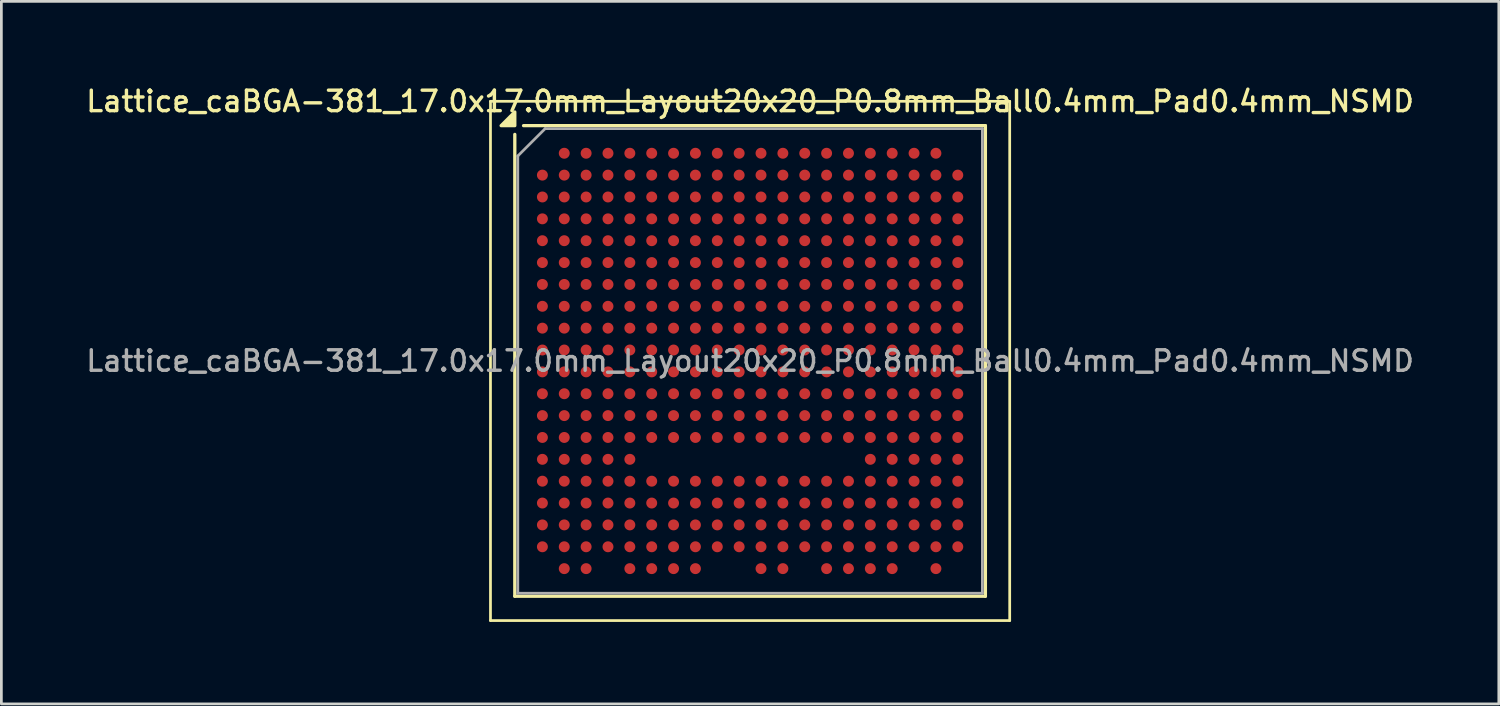
<source format=kicad_pcb>
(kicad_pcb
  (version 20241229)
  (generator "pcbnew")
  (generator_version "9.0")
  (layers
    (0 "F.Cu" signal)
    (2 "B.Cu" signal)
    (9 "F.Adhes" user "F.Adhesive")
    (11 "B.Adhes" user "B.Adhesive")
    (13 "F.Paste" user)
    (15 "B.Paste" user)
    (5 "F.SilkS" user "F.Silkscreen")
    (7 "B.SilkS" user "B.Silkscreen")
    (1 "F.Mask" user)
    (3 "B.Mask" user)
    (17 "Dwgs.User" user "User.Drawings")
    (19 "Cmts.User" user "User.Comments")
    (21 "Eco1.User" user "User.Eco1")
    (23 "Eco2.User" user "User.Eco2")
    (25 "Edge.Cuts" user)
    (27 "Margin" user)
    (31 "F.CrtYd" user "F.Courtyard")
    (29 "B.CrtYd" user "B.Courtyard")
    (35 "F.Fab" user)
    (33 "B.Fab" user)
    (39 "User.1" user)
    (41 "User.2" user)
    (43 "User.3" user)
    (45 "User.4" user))
  (footprint "Lattice_caBGA-381_17.0x17.0mm_Layout20x20_P0.8mm_Ball0.4mm_Pad0.4mm_NSMD"
    (layer "F.Cu")
    (at 24.398 10.158)
    (property "Reference" "Lattice_caBGA-381_17.0x17.0mm_Layout20x20_P0.8mm_Ball0.4mm_Pad0.4mm_NSMD" (at 0 -9.5 0) (layer "F.SilkS") (effects (font (size 0.75 0.75) (thickness 0.125))))
    (attr smd)
    (fp_line (start -9.5 -9.5) (end -9.5 9.5) (stroke (width 0.1) (type solid)) (layer "F.SilkS"))
    (fp_line (start -9.5 9.5) (end 9.5 9.5) (stroke (width 0.1) (type solid)) (layer "F.SilkS"))
    (fp_line (start -8.61 8.61) (end -8.61 -8.29) (stroke (width 0.12) (type solid)) (layer "F.SilkS"))
    (fp_line (start 8.61 -8.61) (end -8.29 -8.61) (stroke (width 0.12) (type solid)) (layer "F.SilkS"))
    (fp_line (start 8.61 -8.61) (end 8.61 8.61) (stroke (width 0.12) (type solid)) (layer "F.SilkS"))
    (fp_line (start 8.61 8.61) (end -8.61 8.61) (stroke (width 0.12) (type solid)) (layer "F.SilkS"))
    (fp_line (start 9.5 -9.5) (end -9.5 -9.5) (stroke (width 0.1) (type solid)) (layer "F.SilkS"))
    (fp_line (start 9.5 9.5) (end 9.5 -9.5) (stroke (width 0.1) (type solid)) (layer "F.SilkS"))
    (fp_poly (pts (xy -8.61 -8.61) (xy -9.11 -8.61) (xy -8.61 -9.11) (xy -8.61 -8.61)) (stroke (width 0.12) (type solid)) (fill yes) (layer "F.SilkS"))
    (fp_line (start -8.5 -7.5) (end -7.5 -8.5) (stroke (width 0.1) (type solid)) (layer "F.Fab"))
    (fp_line (start -8.5 8.5) (end -8.5 -7.5) (stroke (width 0.1) (type solid)) (layer "F.Fab"))
    (fp_line (start -7.5 -8.5) (end 8.5 -8.5) (stroke (width 0.1) (type solid)) (layer "F.Fab"))
    (fp_line (start 8.5 -8.5) (end 8.5 8.5) (stroke (width 0.1) (type solid)) (layer "F.Fab"))
    (fp_line (start 8.5 8.5) (end -8.5 8.5) (stroke (width 0.1) (type solid)) (layer "F.Fab"))
    (fp_text user "${REFERENCE}" (at 0 0 0) (layer "F.Fab") (effects (font (size 0.75 0.75) (thickness 0.125))))
    (pad "A2" smd circle (at -6.8 -7.6) (size 0.4 0.4) (property pad_prop_bga) (layers "F.Cu" "F.Mask" "F.Paste"))
    (pad "A3" smd circle (at -6 -7.6) (size 0.4 0.4) (property pad_prop_bga) (layers "F.Cu" "F.Mask" "F.Paste"))
    (pad "A4" smd circle (at -5.2 -7.6) (size 0.4 0.4) (property pad_prop_bga) (layers "F.Cu" "F.Mask" "F.Paste"))
    (pad "A5" smd circle (at -4.4 -7.6) (size 0.4 0.4) (property pad_prop_bga) (layers "F.Cu" "F.Mask" "F.Paste"))
    (pad "A6" smd circle (at -3.6 -7.6) (size 0.4 0.4) (property pad_prop_bga) (layers "F.Cu" "F.Mask" "F.Paste"))
    (pad "A7" smd circle (at -2.8 -7.6) (size 0.4 0.4) (property pad_prop_bga) (layers "F.Cu" "F.Mask" "F.Paste"))
    (pad "A8" smd circle (at -2 -7.6) (size 0.4 0.4) (property pad_prop_bga) (layers "F.Cu" "F.Mask" "F.Paste"))
    (pad "A9" smd circle (at -1.2 -7.6) (size 0.4 0.4) (property pad_prop_bga) (layers "F.Cu" "F.Mask" "F.Paste"))
    (pad "A10" smd circle (at -0.4 -7.6) (size 0.4 0.4) (property pad_prop_bga) (layers "F.Cu" "F.Mask" "F.Paste"))
    (pad "A11" smd circle (at 0.4 -7.6) (size 0.4 0.4) (property pad_prop_bga) (layers "F.Cu" "F.Mask" "F.Paste"))
    (pad "A12" smd circle (at 1.2 -7.6) (size 0.4 0.4) (property pad_prop_bga) (layers "F.Cu" "F.Mask" "F.Paste"))
    (pad "A13" smd circle (at 2 -7.6) (size 0.4 0.4) (property pad_prop_bga) (layers "F.Cu" "F.Mask" "F.Paste"))
    (pad "A14" smd circle (at 2.8 -7.6) (size 0.4 0.4) (property pad_prop_bga) (layers "F.Cu" "F.Mask" "F.Paste"))
    (pad "A15" smd circle (at 3.6 -7.6) (size 0.4 0.4) (property pad_prop_bga) (layers "F.Cu" "F.Mask" "F.Paste"))
    (pad "A16" smd circle (at 4.4 -7.6) (size 0.4 0.4) (property pad_prop_bga) (layers "F.Cu" "F.Mask" "F.Paste"))
    (pad "A17" smd circle (at 5.2 -7.6) (size 0.4 0.4) (property pad_prop_bga) (layers "F.Cu" "F.Mask" "F.Paste"))
    (pad "A18" smd circle (at 6 -7.6) (size 0.4 0.4) (property pad_prop_bga) (layers "F.Cu" "F.Mask" "F.Paste"))
    (pad "A19" smd circle (at 6.8 -7.6) (size 0.4 0.4) (property pad_prop_bga) (layers "F.Cu" "F.Mask" "F.Paste"))
    (pad "B1" smd circle (at -7.6 -6.8) (size 0.4 0.4) (property pad_prop_bga) (layers "F.Cu" "F.Mask" "F.Paste"))
    (pad "B2" smd circle (at -6.8 -6.8) (size 0.4 0.4) (property pad_prop_bga) (layers "F.Cu" "F.Mask" "F.Paste"))
    (pad "B3" smd circle (at -6 -6.8) (size 0.4 0.4) (property pad_prop_bga) (layers "F.Cu" "F.Mask" "F.Paste"))
    (pad "B4" smd circle (at -5.2 -6.8) (size 0.4 0.4) (property pad_prop_bga) (layers "F.Cu" "F.Mask" "F.Paste"))
    (pad "B5" smd circle (at -4.4 -6.8) (size 0.4 0.4) (property pad_prop_bga) (layers "F.Cu" "F.Mask" "F.Paste"))
    (pad "B6" smd circle (at -3.6 -6.8) (size 0.4 0.4) (property pad_prop_bga) (layers "F.Cu" "F.Mask" "F.Paste"))
    (pad "B7" smd circle (at -2.8 -6.8) (size 0.4 0.4) (property pad_prop_bga) (layers "F.Cu" "F.Mask" "F.Paste"))
    (pad "B8" smd circle (at -2 -6.8) (size 0.4 0.4) (property pad_prop_bga) (layers "F.Cu" "F.Mask" "F.Paste"))
    (pad "B9" smd circle (at -1.2 -6.8) (size 0.4 0.4) (property pad_prop_bga) (layers "F.Cu" "F.Mask" "F.Paste"))
    (pad "B10" smd circle (at -0.4 -6.8) (size 0.4 0.4) (property pad_prop_bga) (layers "F.Cu" "F.Mask" "F.Paste"))
    (pad "B11" smd circle (at 0.4 -6.8) (size 0.4 0.4) (property pad_prop_bga) (layers "F.Cu" "F.Mask" "F.Paste"))
    (pad "B12" smd circle (at 1.2 -6.8) (size 0.4 0.4) (property pad_prop_bga) (layers "F.Cu" "F.Mask" "F.Paste"))
    (pad "B13" smd circle (at 2 -6.8) (size 0.4 0.4) (property pad_prop_bga) (layers "F.Cu" "F.Mask" "F.Paste"))
    (pad "B14" smd circle (at 2.8 -6.8) (size 0.4 0.4) (property pad_prop_bga) (layers "F.Cu" "F.Mask" "F.Paste"))
    (pad "B15" smd circle (at 3.6 -6.8) (size 0.4 0.4) (property pad_prop_bga) (layers "F.Cu" "F.Mask" "F.Paste"))
    (pad "B16" smd circle (at 4.4 -6.8) (size 0.4 0.4) (property pad_prop_bga) (layers "F.Cu" "F.Mask" "F.Paste"))
    (pad "B17" smd circle (at 5.2 -6.8) (size 0.4 0.4) (property pad_prop_bga) (layers "F.Cu" "F.Mask" "F.Paste"))
    (pad "B18" smd circle (at 6 -6.8) (size 0.4 0.4) (property pad_prop_bga) (layers "F.Cu" "F.Mask" "F.Paste"))
    (pad "B19" smd circle (at 6.8 -6.8) (size 0.4 0.4) (property pad_prop_bga) (layers "F.Cu" "F.Mask" "F.Paste"))
    (pad "B20" smd circle (at 7.6 -6.8) (size 0.4 0.4) (property pad_prop_bga) (layers "F.Cu" "F.Mask" "F.Paste"))
    (pad "C1" smd circle (at -7.6 -6) (size 0.4 0.4) (property pad_prop_bga) (layers "F.Cu" "F.Mask" "F.Paste"))
    (pad "C2" smd circle (at -6.8 -6) (size 0.4 0.4) (property pad_prop_bga) (layers "F.Cu" "F.Mask" "F.Paste"))
    (pad "C3" smd circle (at -6 -6) (size 0.4 0.4) (property pad_prop_bga) (layers "F.Cu" "F.Mask" "F.Paste"))
    (pad "C4" smd circle (at -5.2 -6) (size 0.4 0.4) (property pad_prop_bga) (layers "F.Cu" "F.Mask" "F.Paste"))
    (pad "C5" smd circle (at -4.4 -6) (size 0.4 0.4) (property pad_prop_bga) (layers "F.Cu" "F.Mask" "F.Paste"))
    (pad "C6" smd circle (at -3.6 -6) (size 0.4 0.4) (property pad_prop_bga) (layers "F.Cu" "F.Mask" "F.Paste"))
    (pad "C7" smd circle (at -2.8 -6) (size 0.4 0.4) (property pad_prop_bga) (layers "F.Cu" "F.Mask" "F.Paste"))
    (pad "C8" smd circle (at -2 -6) (size 0.4 0.4) (property pad_prop_bga) (layers "F.Cu" "F.Mask" "F.Paste"))
    (pad "C9" smd circle (at -1.2 -6) (size 0.4 0.4) (property pad_prop_bga) (layers "F.Cu" "F.Mask" "F.Paste"))
    (pad "C10" smd circle (at -0.4 -6) (size 0.4 0.4) (property pad_prop_bga) (layers "F.Cu" "F.Mask" "F.Paste"))
    (pad "C11" smd circle (at 0.4 -6) (size 0.4 0.4) (property pad_prop_bga) (layers "F.Cu" "F.Mask" "F.Paste"))
    (pad "C12" smd circle (at 1.2 -6) (size 0.4 0.4) (property pad_prop_bga) (layers "F.Cu" "F.Mask" "F.Paste"))
    (pad "C13" smd circle (at 2 -6) (size 0.4 0.4) (property pad_prop_bga) (layers "F.Cu" "F.Mask" "F.Paste"))
    (pad "C14" smd circle (at 2.8 -6) (size 0.4 0.4) (property pad_prop_bga) (layers "F.Cu" "F.Mask" "F.Paste"))
    (pad "C15" smd circle (at 3.6 -6) (size 0.4 0.4) (property pad_prop_bga) (layers "F.Cu" "F.Mask" "F.Paste"))
    (pad "C16" smd circle (at 4.4 -6) (size 0.4 0.4) (property pad_prop_bga) (layers "F.Cu" "F.Mask" "F.Paste"))
    (pad "C17" smd circle (at 5.2 -6) (size 0.4 0.4) (property pad_prop_bga) (layers "F.Cu" "F.Mask" "F.Paste"))
    (pad "C18" smd circle (at 6 -6) (size 0.4 0.4) (property pad_prop_bga) (layers "F.Cu" "F.Mask" "F.Paste"))
    (pad "C19" smd circle (at 6.8 -6) (size 0.4 0.4) (property pad_prop_bga) (layers "F.Cu" "F.Mask" "F.Paste"))
    (pad "C20" smd circle (at 7.6 -6) (size 0.4 0.4) (property pad_prop_bga) (layers "F.Cu" "F.Mask" "F.Paste"))
    (pad "D1" smd circle (at -7.6 -5.2) (size 0.4 0.4) (property pad_prop_bga) (layers "F.Cu" "F.Mask" "F.Paste"))
    (pad "D2" smd circle (at -6.8 -5.2) (size 0.4 0.4) (property pad_prop_bga) (layers "F.Cu" "F.Mask" "F.Paste"))
    (pad "D3" smd circle (at -6 -5.2) (size 0.4 0.4) (property pad_prop_bga) (layers "F.Cu" "F.Mask" "F.Paste"))
    (pad "D4" smd circle (at -5.2 -5.2) (size 0.4 0.4) (property pad_prop_bga) (layers "F.Cu" "F.Mask" "F.Paste"))
    (pad "D5" smd circle (at -4.4 -5.2) (size 0.4 0.4) (property pad_prop_bga) (layers "F.Cu" "F.Mask" "F.Paste"))
    (pad "D6" smd circle (at -3.6 -5.2) (size 0.4 0.4) (property pad_prop_bga) (layers "F.Cu" "F.Mask" "F.Paste"))
    (pad "D7" smd circle (at -2.8 -5.2) (size 0.4 0.4) (property pad_prop_bga) (layers "F.Cu" "F.Mask" "F.Paste"))
    (pad "D8" smd circle (at -2 -5.2) (size 0.4 0.4) (property pad_prop_bga) (layers "F.Cu" "F.Mask" "F.Paste"))
    (pad "D9" smd circle (at -1.2 -5.2) (size 0.4 0.4) (property pad_prop_bga) (layers "F.Cu" "F.Mask" "F.Paste"))
    (pad "D10" smd circle (at -0.4 -5.2) (size 0.4 0.4) (property pad_prop_bga) (layers "F.Cu" "F.Mask" "F.Paste"))
    (pad "D11" smd circle (at 0.4 -5.2) (size 0.4 0.4) (property pad_prop_bga) (layers "F.Cu" "F.Mask" "F.Paste"))
    (pad "D12" smd circle (at 1.2 -5.2) (size 0.4 0.4) (property pad_prop_bga) (layers "F.Cu" "F.Mask" "F.Paste"))
    (pad "D13" smd circle (at 2 -5.2) (size 0.4 0.4) (property pad_prop_bga) (layers "F.Cu" "F.Mask" "F.Paste"))
    (pad "D14" smd circle (at 2.8 -5.2) (size 0.4 0.4) (property pad_prop_bga) (layers "F.Cu" "F.Mask" "F.Paste"))
    (pad "D15" smd circle (at 3.6 -5.2) (size 0.4 0.4) (property pad_prop_bga) (layers "F.Cu" "F.Mask" "F.Paste"))
    (pad "D16" smd circle (at 4.4 -5.2) (size 0.4 0.4) (property pad_prop_bga) (layers "F.Cu" "F.Mask" "F.Paste"))
    (pad "D17" smd circle (at 5.2 -5.2) (size 0.4 0.4) (property pad_prop_bga) (layers "F.Cu" "F.Mask" "F.Paste"))
    (pad "D18" smd circle (at 6 -5.2) (size 0.4 0.4) (property pad_prop_bga) (layers "F.Cu" "F.Mask" "F.Paste"))
    (pad "D19" smd circle (at 6.8 -5.2) (size 0.4 0.4) (property pad_prop_bga) (layers "F.Cu" "F.Mask" "F.Paste"))
    (pad "D20" smd circle (at 7.6 -5.2) (size 0.4 0.4) (property pad_prop_bga) (layers "F.Cu" "F.Mask" "F.Paste"))
    (pad "E1" smd circle (at -7.6 -4.4) (size 0.4 0.4) (property pad_prop_bga) (layers "F.Cu" "F.Mask" "F.Paste"))
    (pad "E2" smd circle (at -6.8 -4.4) (size 0.4 0.4) (property pad_prop_bga) (layers "F.Cu" "F.Mask" "F.Paste"))
    (pad "E3" smd circle (at -6 -4.4) (size 0.4 0.4) (property pad_prop_bga) (layers "F.Cu" "F.Mask" "F.Paste"))
    (pad "E4" smd circle (at -5.2 -4.4) (size 0.4 0.4) (property pad_prop_bga) (layers "F.Cu" "F.Mask" "F.Paste"))
    (pad "E5" smd circle (at -4.4 -4.4) (size 0.4 0.4) (property pad_prop_bga) (layers "F.Cu" "F.Mask" "F.Paste"))
    (pad "E6" smd circle (at -3.6 -4.4) (size 0.4 0.4) (property pad_prop_bga) (layers "F.Cu" "F.Mask" "F.Paste"))
    (pad "E7" smd circle (at -2.8 -4.4) (size 0.4 0.4) (property pad_prop_bga) (layers "F.Cu" "F.Mask" "F.Paste"))
    (pad "E8" smd circle (at -2 -4.4) (size 0.4 0.4) (property pad_prop_bga) (layers "F.Cu" "F.Mask" "F.Paste"))
    (pad "E9" smd circle (at -1.2 -4.4) (size 0.4 0.4) (property pad_prop_bga) (layers "F.Cu" "F.Mask" "F.Paste"))
    (pad "E10" smd circle (at -0.4 -4.4) (size 0.4 0.4) (property pad_prop_bga) (layers "F.Cu" "F.Mask" "F.Paste"))
    (pad "E11" smd circle (at 0.4 -4.4) (size 0.4 0.4) (property pad_prop_bga) (layers "F.Cu" "F.Mask" "F.Paste"))
    (pad "E12" smd circle (at 1.2 -4.4) (size 0.4 0.4) (property pad_prop_bga) (layers "F.Cu" "F.Mask" "F.Paste"))
    (pad "E13" smd circle (at 2 -4.4) (size 0.4 0.4) (property pad_prop_bga) (layers "F.Cu" "F.Mask" "F.Paste"))
    (pad "E14" smd circle (at 2.8 -4.4) (size 0.4 0.4) (property pad_prop_bga) (layers "F.Cu" "F.Mask" "F.Paste"))
    (pad "E15" smd circle (at 3.6 -4.4) (size 0.4 0.4) (property pad_prop_bga) (layers "F.Cu" "F.Mask" "F.Paste"))
    (pad "E16" smd circle (at 4.4 -4.4) (size 0.4 0.4) (property pad_prop_bga) (layers "F.Cu" "F.Mask" "F.Paste"))
    (pad "E17" smd circle (at 5.2 -4.4) (size 0.4 0.4) (property pad_prop_bga) (layers "F.Cu" "F.Mask" "F.Paste"))
    (pad "E18" smd circle (at 6 -4.4) (size 0.4 0.4) (property pad_prop_bga) (layers "F.Cu" "F.Mask" "F.Paste"))
    (pad "E19" smd circle (at 6.8 -4.4) (size 0.4 0.4) (property pad_prop_bga) (layers "F.Cu" "F.Mask" "F.Paste"))
    (pad "E20" smd circle (at 7.6 -4.4) (size 0.4 0.4) (property pad_prop_bga) (layers "F.Cu" "F.Mask" "F.Paste"))
    (pad "F1" smd circle (at -7.6 -3.6) (size 0.4 0.4) (property pad_prop_bga) (layers "F.Cu" "F.Mask" "F.Paste"))
    (pad "F2" smd circle (at -6.8 -3.6) (size 0.4 0.4) (property pad_prop_bga) (layers "F.Cu" "F.Mask" "F.Paste"))
    (pad "F3" smd circle (at -6 -3.6) (size 0.4 0.4) (property pad_prop_bga) (layers "F.Cu" "F.Mask" "F.Paste"))
    (pad "F4" smd circle (at -5.2 -3.6) (size 0.4 0.4) (property pad_prop_bga) (layers "F.Cu" "F.Mask" "F.Paste"))
    (pad "F5" smd circle (at -4.4 -3.6) (size 0.4 0.4) (property pad_prop_bga) (layers "F.Cu" "F.Mask" "F.Paste"))
    (pad "F6" smd circle (at -3.6 -3.6) (size 0.4 0.4) (property pad_prop_bga) (layers "F.Cu" "F.Mask" "F.Paste"))
    (pad "F7" smd circle (at -2.8 -3.6) (size 0.4 0.4) (property pad_prop_bga) (layers "F.Cu" "F.Mask" "F.Paste"))
    (pad "F8" smd circle (at -2 -3.6) (size 0.4 0.4) (property pad_prop_bga) (layers "F.Cu" "F.Mask" "F.Paste"))
    (pad "F9" smd circle (at -1.2 -3.6) (size 0.4 0.4) (property pad_prop_bga) (layers "F.Cu" "F.Mask" "F.Paste"))
    (pad "F10" smd circle (at -0.4 -3.6) (size 0.4 0.4) (property pad_prop_bga) (layers "F.Cu" "F.Mask" "F.Paste"))
    (pad "F11" smd circle (at 0.4 -3.6) (size 0.4 0.4) (property pad_prop_bga) (layers "F.Cu" "F.Mask" "F.Paste"))
    (pad "F12" smd circle (at 1.2 -3.6) (size 0.4 0.4) (property pad_prop_bga) (layers "F.Cu" "F.Mask" "F.Paste"))
    (pad "F13" smd circle (at 2 -3.6) (size 0.4 0.4) (property pad_prop_bga) (layers "F.Cu" "F.Mask" "F.Paste"))
    (pad "F14" smd circle (at 2.8 -3.6) (size 0.4 0.4) (property pad_prop_bga) (layers "F.Cu" "F.Mask" "F.Paste"))
    (pad "F15" smd circle (at 3.6 -3.6) (size 0.4 0.4) (property pad_prop_bga) (layers "F.Cu" "F.Mask" "F.Paste"))
    (pad "F16" smd circle (at 4.4 -3.6) (size 0.4 0.4) (property pad_prop_bga) (layers "F.Cu" "F.Mask" "F.Paste"))
    (pad "F17" smd circle (at 5.2 -3.6) (size 0.4 0.4) (property pad_prop_bga) (layers "F.Cu" "F.Mask" "F.Paste"))
    (pad "F18" smd circle (at 6 -3.6) (size 0.4 0.4) (property pad_prop_bga) (layers "F.Cu" "F.Mask" "F.Paste"))
    (pad "F19" smd circle (at 6.8 -3.6) (size 0.4 0.4) (property pad_prop_bga) (layers "F.Cu" "F.Mask" "F.Paste"))
    (pad "F20" smd circle (at 7.6 -3.6) (size 0.4 0.4) (property pad_prop_bga) (layers "F.Cu" "F.Mask" "F.Paste"))
    (pad "G1" smd circle (at -7.6 -2.8) (size 0.4 0.4) (property pad_prop_bga) (layers "F.Cu" "F.Mask" "F.Paste"))
    (pad "G2" smd circle (at -6.8 -2.8) (size 0.4 0.4) (property pad_prop_bga) (layers "F.Cu" "F.Mask" "F.Paste"))
    (pad "G3" smd circle (at -6 -2.8) (size 0.4 0.4) (property pad_prop_bga) (layers "F.Cu" "F.Mask" "F.Paste"))
    (pad "G4" smd circle (at -5.2 -2.8) (size 0.4 0.4) (property pad_prop_bga) (layers "F.Cu" "F.Mask" "F.Paste"))
    (pad "G5" smd circle (at -4.4 -2.8) (size 0.4 0.4) (property pad_prop_bga) (layers "F.Cu" "F.Mask" "F.Paste"))
    (pad "G6" smd circle (at -3.6 -2.8) (size 0.4 0.4) (property pad_prop_bga) (layers "F.Cu" "F.Mask" "F.Paste"))
    (pad "G7" smd circle (at -2.8 -2.8) (size 0.4 0.4) (property pad_prop_bga) (layers "F.Cu" "F.Mask" "F.Paste"))
    (pad "G8" smd circle (at -2 -2.8) (size 0.4 0.4) (property pad_prop_bga) (layers "F.Cu" "F.Mask" "F.Paste"))
    (pad "G9" smd circle (at -1.2 -2.8) (size 0.4 0.4) (property pad_prop_bga) (layers "F.Cu" "F.Mask" "F.Paste"))
    (pad "G10" smd circle (at -0.4 -2.8) (size 0.4 0.4) (property pad_prop_bga) (layers "F.Cu" "F.Mask" "F.Paste"))
    (pad "G11" smd circle (at 0.4 -2.8) (size 0.4 0.4) (property pad_prop_bga) (layers "F.Cu" "F.Mask" "F.Paste"))
    (pad "G12" smd circle (at 1.2 -2.8) (size 0.4 0.4) (property pad_prop_bga) (layers "F.Cu" "F.Mask" "F.Paste"))
    (pad "G13" smd circle (at 2 -2.8) (size 0.4 0.4) (property pad_prop_bga) (layers "F.Cu" "F.Mask" "F.Paste"))
    (pad "G14" smd circle (at 2.8 -2.8) (size 0.4 0.4) (property pad_prop_bga) (layers "F.Cu" "F.Mask" "F.Paste"))
    (pad "G15" smd circle (at 3.6 -2.8) (size 0.4 0.4) (property pad_prop_bga) (layers "F.Cu" "F.Mask" "F.Paste"))
    (pad "G16" smd circle (at 4.4 -2.8) (size 0.4 0.4) (property pad_prop_bga) (layers "F.Cu" "F.Mask" "F.Paste"))
    (pad "G17" smd circle (at 5.2 -2.8) (size 0.4 0.4) (property pad_prop_bga) (layers "F.Cu" "F.Mask" "F.Paste"))
    (pad "G18" smd circle (at 6 -2.8) (size 0.4 0.4) (property pad_prop_bga) (layers "F.Cu" "F.Mask" "F.Paste"))
    (pad "G19" smd circle (at 6.8 -2.8) (size 0.4 0.4) (property pad_prop_bga) (layers "F.Cu" "F.Mask" "F.Paste"))
    (pad "G20" smd circle (at 7.6 -2.8) (size 0.4 0.4) (property pad_prop_bga) (layers "F.Cu" "F.Mask" "F.Paste"))
    (pad "H1" smd circle (at -7.6 -2) (size 0.4 0.4) (property pad_prop_bga) (layers "F.Cu" "F.Mask" "F.Paste"))
    (pad "H2" smd circle (at -6.8 -2) (size 0.4 0.4) (property pad_prop_bga) (layers "F.Cu" "F.Mask" "F.Paste"))
    (pad "H3" smd circle (at -6 -2) (size 0.4 0.4) (property pad_prop_bga) (layers "F.Cu" "F.Mask" "F.Paste"))
    (pad "H4" smd circle (at -5.2 -2) (size 0.4 0.4) (property pad_prop_bga) (layers "F.Cu" "F.Mask" "F.Paste"))
    (pad "H5" smd circle (at -4.4 -2) (size 0.4 0.4) (property pad_prop_bga) (layers "F.Cu" "F.Mask" "F.Paste"))
    (pad "H6" smd circle (at -3.6 -2) (size 0.4 0.4) (property pad_prop_bga) (layers "F.Cu" "F.Mask" "F.Paste"))
    (pad "H7" smd circle (at -2.8 -2) (size 0.4 0.4) (property pad_prop_bga) (layers "F.Cu" "F.Mask" "F.Paste"))
    (pad "H8" smd circle (at -2 -2) (size 0.4 0.4) (property pad_prop_bga) (layers "F.Cu" "F.Mask" "F.Paste"))
    (pad "H9" smd circle (at -1.2 -2) (size 0.4 0.4) (property pad_prop_bga) (layers "F.Cu" "F.Mask" "F.Paste"))
    (pad "H10" smd circle (at -0.4 -2) (size 0.4 0.4) (property pad_prop_bga) (layers "F.Cu" "F.Mask" "F.Paste"))
    (pad "H11" smd circle (at 0.4 -2) (size 0.4 0.4) (property pad_prop_bga) (layers "F.Cu" "F.Mask" "F.Paste"))
    (pad "H12" smd circle (at 1.2 -2) (size 0.4 0.4) (property pad_prop_bga) (layers "F.Cu" "F.Mask" "F.Paste"))
    (pad "H13" smd circle (at 2 -2) (size 0.4 0.4) (property pad_prop_bga) (layers "F.Cu" "F.Mask" "F.Paste"))
    (pad "H14" smd circle (at 2.8 -2) (size 0.4 0.4) (property pad_prop_bga) (layers "F.Cu" "F.Mask" "F.Paste"))
    (pad "H15" smd circle (at 3.6 -2) (size 0.4 0.4) (property pad_prop_bga) (layers "F.Cu" "F.Mask" "F.Paste"))
    (pad "H16" smd circle (at 4.4 -2) (size 0.4 0.4) (property pad_prop_bga) (layers "F.Cu" "F.Mask" "F.Paste"))
    (pad "H17" smd circle (at 5.2 -2) (size 0.4 0.4) (property pad_prop_bga) (layers "F.Cu" "F.Mask" "F.Paste"))
    (pad "H18" smd circle (at 6 -2) (size 0.4 0.4) (property pad_prop_bga) (layers "F.Cu" "F.Mask" "F.Paste"))
    (pad "H19" smd circle (at 6.8 -2) (size 0.4 0.4) (property pad_prop_bga) (layers "F.Cu" "F.Mask" "F.Paste"))
    (pad "H20" smd circle (at 7.6 -2) (size 0.4 0.4) (property pad_prop_bga) (layers "F.Cu" "F.Mask" "F.Paste"))
    (pad "J1" smd circle (at -7.6 -1.2) (size 0.4 0.4) (property pad_prop_bga) (layers "F.Cu" "F.Mask" "F.Paste"))
    (pad "J2" smd circle (at -6.8 -1.2) (size 0.4 0.4) (property pad_prop_bga) (layers "F.Cu" "F.Mask" "F.Paste"))
    (pad "J3" smd circle (at -6 -1.2) (size 0.4 0.4) (property pad_prop_bga) (layers "F.Cu" "F.Mask" "F.Paste"))
    (pad "J4" smd circle (at -5.2 -1.2) (size 0.4 0.4) (property pad_prop_bga) (layers "F.Cu" "F.Mask" "F.Paste"))
    (pad "J5" smd circle (at -4.4 -1.2) (size 0.4 0.4) (property pad_prop_bga) (layers "F.Cu" "F.Mask" "F.Paste"))
    (pad "J6" smd circle (at -3.6 -1.2) (size 0.4 0.4) (property pad_prop_bga) (layers "F.Cu" "F.Mask" "F.Paste"))
    (pad "J7" smd circle (at -2.8 -1.2) (size 0.4 0.4) (property pad_prop_bga) (layers "F.Cu" "F.Mask" "F.Paste"))
    (pad "J8" smd circle (at -2 -1.2) (size 0.4 0.4) (property pad_prop_bga) (layers "F.Cu" "F.Mask" "F.Paste"))
    (pad "J9" smd circle (at -1.2 -1.2) (size 0.4 0.4) (property pad_prop_bga) (layers "F.Cu" "F.Mask" "F.Paste"))
    (pad "J10" smd circle (at -0.4 -1.2) (size 0.4 0.4) (property pad_prop_bga) (layers "F.Cu" "F.Mask" "F.Paste"))
    (pad "J11" smd circle (at 0.4 -1.2) (size 0.4 0.4) (property pad_prop_bga) (layers "F.Cu" "F.Mask" "F.Paste"))
    (pad "J12" smd circle (at 1.2 -1.2) (size 0.4 0.4) (property pad_prop_bga) (layers "F.Cu" "F.Mask" "F.Paste"))
    (pad "J13" smd circle (at 2 -1.2) (size 0.4 0.4) (property pad_prop_bga) (layers "F.Cu" "F.Mask" "F.Paste"))
    (pad "J14" smd circle (at 2.8 -1.2) (size 0.4 0.4) (property pad_prop_bga) (layers "F.Cu" "F.Mask" "F.Paste"))
    (pad "J15" smd circle (at 3.6 -1.2) (size 0.4 0.4) (property pad_prop_bga) (layers "F.Cu" "F.Mask" "F.Paste"))
    (pad "J16" smd circle (at 4.4 -1.2) (size 0.4 0.4) (property pad_prop_bga) (layers "F.Cu" "F.Mask" "F.Paste"))
    (pad "J17" smd circle (at 5.2 -1.2) (size 0.4 0.4) (property pad_prop_bga) (layers "F.Cu" "F.Mask" "F.Paste"))
    (pad "J18" smd circle (at 6 -1.2) (size 0.4 0.4) (property pad_prop_bga) (layers "F.Cu" "F.Mask" "F.Paste"))
    (pad "J19" smd circle (at 6.8 -1.2) (size 0.4 0.4) (property pad_prop_bga) (layers "F.Cu" "F.Mask" "F.Paste"))
    (pad "J20" smd circle (at 7.6 -1.2) (size 0.4 0.4) (property pad_prop_bga) (layers "F.Cu" "F.Mask" "F.Paste"))
    (pad "K1" smd circle (at -7.6 -0.4) (size 0.4 0.4) (property pad_prop_bga) (layers "F.Cu" "F.Mask" "F.Paste"))
    (pad "K2" smd circle (at -6.8 -0.4) (size 0.4 0.4) (property pad_prop_bga) (layers "F.Cu" "F.Mask" "F.Paste"))
    (pad "K3" smd circle (at -6 -0.4) (size 0.4 0.4) (property pad_prop_bga) (layers "F.Cu" "F.Mask" "F.Paste"))
    (pad "K4" smd circle (at -5.2 -0.4) (size 0.4 0.4) (property pad_prop_bga) (layers "F.Cu" "F.Mask" "F.Paste"))
    (pad "K5" smd circle (at -4.4 -0.4) (size 0.4 0.4) (property pad_prop_bga) (layers "F.Cu" "F.Mask" "F.Paste"))
    (pad "K6" smd circle (at -3.6 -0.4) (size 0.4 0.4) (property pad_prop_bga) (layers "F.Cu" "F.Mask" "F.Paste"))
    (pad "K7" smd circle (at -2.8 -0.4) (size 0.4 0.4) (property pad_prop_bga) (layers "F.Cu" "F.Mask" "F.Paste"))
    (pad "K8" smd circle (at -2 -0.4) (size 0.4 0.4) (property pad_prop_bga) (layers "F.Cu" "F.Mask" "F.Paste"))
    (pad "K9" smd circle (at -1.2 -0.4) (size 0.4 0.4) (property pad_prop_bga) (layers "F.Cu" "F.Mask" "F.Paste"))
    (pad "K10" smd circle (at -0.4 -0.4) (size 0.4 0.4) (property pad_prop_bga) (layers "F.Cu" "F.Mask" "F.Paste"))
    (pad "K11" smd circle (at 0.4 -0.4) (size 0.4 0.4) (property pad_prop_bga) (layers "F.Cu" "F.Mask" "F.Paste"))
    (pad "K12" smd circle (at 1.2 -0.4) (size 0.4 0.4) (property pad_prop_bga) (layers "F.Cu" "F.Mask" "F.Paste"))
    (pad "K13" smd circle (at 2 -0.4) (size 0.4 0.4) (property pad_prop_bga) (layers "F.Cu" "F.Mask" "F.Paste"))
    (pad "K14" smd circle (at 2.8 -0.4) (size 0.4 0.4) (property pad_prop_bga) (layers "F.Cu" "F.Mask" "F.Paste"))
    (pad "K15" smd circle (at 3.6 -0.4) (size 0.4 0.4) (property pad_prop_bga) (layers "F.Cu" "F.Mask" "F.Paste"))
    (pad "K16" smd circle (at 4.4 -0.4) (size 0.4 0.4) (property pad_prop_bga) (layers "F.Cu" "F.Mask" "F.Paste"))
    (pad "K17" smd circle (at 5.2 -0.4) (size 0.4 0.4) (property pad_prop_bga) (layers "F.Cu" "F.Mask" "F.Paste"))
    (pad "K18" smd circle (at 6 -0.4) (size 0.4 0.4) (property pad_prop_bga) (layers "F.Cu" "F.Mask" "F.Paste"))
    (pad "K19" smd circle (at 6.8 -0.4) (size 0.4 0.4) (property pad_prop_bga) (layers "F.Cu" "F.Mask" "F.Paste"))
    (pad "K20" smd circle (at 7.6 -0.4) (size 0.4 0.4) (property pad_prop_bga) (layers "F.Cu" "F.Mask" "F.Paste"))
    (pad "L1" smd circle (at -7.6 0.4) (size 0.4 0.4) (property pad_prop_bga) (layers "F.Cu" "F.Mask" "F.Paste"))
    (pad "L2" smd circle (at -6.8 0.4) (size 0.4 0.4) (property pad_prop_bga) (layers "F.Cu" "F.Mask" "F.Paste"))
    (pad "L3" smd circle (at -6 0.4) (size 0.4 0.4) (property pad_prop_bga) (layers "F.Cu" "F.Mask" "F.Paste"))
    (pad "L4" smd circle (at -5.2 0.4) (size 0.4 0.4) (property pad_prop_bga) (layers "F.Cu" "F.Mask" "F.Paste"))
    (pad "L5" smd circle (at -4.4 0.4) (size 0.4 0.4) (property pad_prop_bga) (layers "F.Cu" "F.Mask" "F.Paste"))
    (pad "L6" smd circle (at -3.6 0.4) (size 0.4 0.4) (property pad_prop_bga) (layers "F.Cu" "F.Mask" "F.Paste"))
    (pad "L7" smd circle (at -2.8 0.4) (size 0.4 0.4) (property pad_prop_bga) (layers "F.Cu" "F.Mask" "F.Paste"))
    (pad "L8" smd circle (at -2 0.4) (size 0.4 0.4) (property pad_prop_bga) (layers "F.Cu" "F.Mask" "F.Paste"))
    (pad "L9" smd circle (at -1.2 0.4) (size 0.4 0.4) (property pad_prop_bga) (layers "F.Cu" "F.Mask" "F.Paste"))
    (pad "L10" smd circle (at -0.4 0.4) (size 0.4 0.4) (property pad_prop_bga) (layers "F.Cu" "F.Mask" "F.Paste"))
    (pad "L11" smd circle (at 0.4 0.4) (size 0.4 0.4) (property pad_prop_bga) (layers "F.Cu" "F.Mask" "F.Paste"))
    (pad "L12" smd circle (at 1.2 0.4) (size 0.4 0.4) (property pad_prop_bga) (layers "F.Cu" "F.Mask" "F.Paste"))
    (pad "L13" smd circle (at 2 0.4) (size 0.4 0.4) (property pad_prop_bga) (layers "F.Cu" "F.Mask" "F.Paste"))
    (pad "L14" smd circle (at 2.8 0.4) (size 0.4 0.4) (property pad_prop_bga) (layers "F.Cu" "F.Mask" "F.Paste"))
    (pad "L15" smd circle (at 3.6 0.4) (size 0.4 0.4) (property pad_prop_bga) (layers "F.Cu" "F.Mask" "F.Paste"))
    (pad "L16" smd circle (at 4.4 0.4) (size 0.4 0.4) (property pad_prop_bga) (layers "F.Cu" "F.Mask" "F.Paste"))
    (pad "L17" smd circle (at 5.2 0.4) (size 0.4 0.4) (property pad_prop_bga) (layers "F.Cu" "F.Mask" "F.Paste"))
    (pad "L18" smd circle (at 6 0.4) (size 0.4 0.4) (property pad_prop_bga) (layers "F.Cu" "F.Mask" "F.Paste"))
    (pad "L19" smd circle (at 6.8 0.4) (size 0.4 0.4) (property pad_prop_bga) (layers "F.Cu" "F.Mask" "F.Paste"))
    (pad "L20" smd circle (at 7.6 0.4) (size 0.4 0.4) (property pad_prop_bga) (layers "F.Cu" "F.Mask" "F.Paste"))
    (pad "M1" smd circle (at -7.6 1.2) (size 0.4 0.4) (property pad_prop_bga) (layers "F.Cu" "F.Mask" "F.Paste"))
    (pad "M2" smd circle (at -6.8 1.2) (size 0.4 0.4) (property pad_prop_bga) (layers "F.Cu" "F.Mask" "F.Paste"))
    (pad "M3" smd circle (at -6 1.2) (size 0.4 0.4) (property pad_prop_bga) (layers "F.Cu" "F.Mask" "F.Paste"))
    (pad "M4" smd circle (at -5.2 1.2) (size 0.4 0.4) (property pad_prop_bga) (layers "F.Cu" "F.Mask" "F.Paste"))
    (pad "M5" smd circle (at -4.4 1.2) (size 0.4 0.4) (property pad_prop_bga) (layers "F.Cu" "F.Mask" "F.Paste"))
    (pad "M6" smd circle (at -3.6 1.2) (size 0.4 0.4) (property pad_prop_bga) (layers "F.Cu" "F.Mask" "F.Paste"))
    (pad "M7" smd circle (at -2.8 1.2) (size 0.4 0.4) (property pad_prop_bga) (layers "F.Cu" "F.Mask" "F.Paste"))
    (pad "M8" smd circle (at -2 1.2) (size 0.4 0.4) (property pad_prop_bga) (layers "F.Cu" "F.Mask" "F.Paste"))
    (pad "M9" smd circle (at -1.2 1.2) (size 0.4 0.4) (property pad_prop_bga) (layers "F.Cu" "F.Mask" "F.Paste"))
    (pad "M10" smd circle (at -0.4 1.2) (size 0.4 0.4) (property pad_prop_bga) (layers "F.Cu" "F.Mask" "F.Paste"))
    (pad "M11" smd circle (at 0.4 1.2) (size 0.4 0.4) (property pad_prop_bga) (layers "F.Cu" "F.Mask" "F.Paste"))
    (pad "M12" smd circle (at 1.2 1.2) (size 0.4 0.4) (property pad_prop_bga) (layers "F.Cu" "F.Mask" "F.Paste"))
    (pad "M13" smd circle (at 2 1.2) (size 0.4 0.4) (property pad_prop_bga) (layers "F.Cu" "F.Mask" "F.Paste"))
    (pad "M14" smd circle (at 2.8 1.2) (size 0.4 0.4) (property pad_prop_bga) (layers "F.Cu" "F.Mask" "F.Paste"))
    (pad "M15" smd circle (at 3.6 1.2) (size 0.4 0.4) (property pad_prop_bga) (layers "F.Cu" "F.Mask" "F.Paste"))
    (pad "M16" smd circle (at 4.4 1.2) (size 0.4 0.4) (property pad_prop_bga) (layers "F.Cu" "F.Mask" "F.Paste"))
    (pad "M17" smd circle (at 5.2 1.2) (size 0.4 0.4) (property pad_prop_bga) (layers "F.Cu" "F.Mask" "F.Paste"))
    (pad "M18" smd circle (at 6 1.2) (size 0.4 0.4) (property pad_prop_bga) (layers "F.Cu" "F.Mask" "F.Paste"))
    (pad "M19" smd circle (at 6.8 1.2) (size 0.4 0.4) (property pad_prop_bga) (layers "F.Cu" "F.Mask" "F.Paste"))
    (pad "M20" smd circle (at 7.6 1.2) (size 0.4 0.4) (property pad_prop_bga) (layers "F.Cu" "F.Mask" "F.Paste"))
    (pad "N1" smd circle (at -7.6 2) (size 0.4 0.4) (property pad_prop_bga) (layers "F.Cu" "F.Mask" "F.Paste"))
    (pad "N2" smd circle (at -6.8 2) (size 0.4 0.4) (property pad_prop_bga) (layers "F.Cu" "F.Mask" "F.Paste"))
    (pad "N3" smd circle (at -6 2) (size 0.4 0.4) (property pad_prop_bga) (layers "F.Cu" "F.Mask" "F.Paste"))
    (pad "N4" smd circle (at -5.2 2) (size 0.4 0.4) (property pad_prop_bga) (layers "F.Cu" "F.Mask" "F.Paste"))
    (pad "N5" smd circle (at -4.4 2) (size 0.4 0.4) (property pad_prop_bga) (layers "F.Cu" "F.Mask" "F.Paste"))
    (pad "N6" smd circle (at -3.6 2) (size 0.4 0.4) (property pad_prop_bga) (layers "F.Cu" "F.Mask" "F.Paste"))
    (pad "N7" smd circle (at -2.8 2) (size 0.4 0.4) (property pad_prop_bga) (layers "F.Cu" "F.Mask" "F.Paste"))
    (pad "N8" smd circle (at -2 2) (size 0.4 0.4) (property pad_prop_bga) (layers "F.Cu" "F.Mask" "F.Paste"))
    (pad "N9" smd circle (at -1.2 2) (size 0.4 0.4) (property pad_prop_bga) (layers "F.Cu" "F.Mask" "F.Paste"))
    (pad "N10" smd circle (at -0.4 2) (size 0.4 0.4) (property pad_prop_bga) (layers "F.Cu" "F.Mask" "F.Paste"))
    (pad "N11" smd circle (at 0.4 2) (size 0.4 0.4) (property pad_prop_bga) (layers "F.Cu" "F.Mask" "F.Paste"))
    (pad "N12" smd circle (at 1.2 2) (size 0.4 0.4) (property pad_prop_bga) (layers "F.Cu" "F.Mask" "F.Paste"))
    (pad "N13" smd circle (at 2 2) (size 0.4 0.4) (property pad_prop_bga) (layers "F.Cu" "F.Mask" "F.Paste"))
    (pad "N14" smd circle (at 2.8 2) (size 0.4 0.4) (property pad_prop_bga) (layers "F.Cu" "F.Mask" "F.Paste"))
    (pad "N15" smd circle (at 3.6 2) (size 0.4 0.4) (property pad_prop_bga) (layers "F.Cu" "F.Mask" "F.Paste"))
    (pad "N16" smd circle (at 4.4 2) (size 0.4 0.4) (property pad_prop_bga) (layers "F.Cu" "F.Mask" "F.Paste"))
    (pad "N17" smd circle (at 5.2 2) (size 0.4 0.4) (property pad_prop_bga) (layers "F.Cu" "F.Mask" "F.Paste"))
    (pad "N18" smd circle (at 6 2) (size 0.4 0.4) (property pad_prop_bga) (layers "F.Cu" "F.Mask" "F.Paste"))
    (pad "N19" smd circle (at 6.8 2) (size 0.4 0.4) (property pad_prop_bga) (layers "F.Cu" "F.Mask" "F.Paste"))
    (pad "N20" smd circle (at 7.6 2) (size 0.4 0.4) (property pad_prop_bga) (layers "F.Cu" "F.Mask" "F.Paste"))
    (pad "P1" smd circle (at -7.6 2.8) (size 0.4 0.4) (property pad_prop_bga) (layers "F.Cu" "F.Mask" "F.Paste"))
    (pad "P2" smd circle (at -6.8 2.8) (size 0.4 0.4) (property pad_prop_bga) (layers "F.Cu" "F.Mask" "F.Paste"))
    (pad "P3" smd circle (at -6 2.8) (size 0.4 0.4) (property pad_prop_bga) (layers "F.Cu" "F.Mask" "F.Paste"))
    (pad "P4" smd circle (at -5.2 2.8) (size 0.4 0.4) (property pad_prop_bga) (layers "F.Cu" "F.Mask" "F.Paste"))
    (pad "P5" smd circle (at -4.4 2.8) (size 0.4 0.4) (property pad_prop_bga) (layers "F.Cu" "F.Mask" "F.Paste"))
    (pad "P6" smd circle (at -3.6 2.8) (size 0.4 0.4) (property pad_prop_bga) (layers "F.Cu" "F.Mask" "F.Paste"))
    (pad "P7" smd circle (at -2.8 2.8) (size 0.4 0.4) (property pad_prop_bga) (layers "F.Cu" "F.Mask" "F.Paste"))
    (pad "P8" smd circle (at -2 2.8) (size 0.4 0.4) (property pad_prop_bga) (layers "F.Cu" "F.Mask" "F.Paste"))
    (pad "P9" smd circle (at -1.2 2.8) (size 0.4 0.4) (property pad_prop_bga) (layers "F.Cu" "F.Mask" "F.Paste"))
    (pad "P10" smd circle (at -0.4 2.8) (size 0.4 0.4) (property pad_prop_bga) (layers "F.Cu" "F.Mask" "F.Paste"))
    (pad "P11" smd circle (at 0.4 2.8) (size 0.4 0.4) (property pad_prop_bga) (layers "F.Cu" "F.Mask" "F.Paste"))
    (pad "P12" smd circle (at 1.2 2.8) (size 0.4 0.4) (property pad_prop_bga) (layers "F.Cu" "F.Mask" "F.Paste"))
    (pad "P13" smd circle (at 2 2.8) (size 0.4 0.4) (property pad_prop_bga) (layers "F.Cu" "F.Mask" "F.Paste"))
    (pad "P14" smd circle (at 2.8 2.8) (size 0.4 0.4) (property pad_prop_bga) (layers "F.Cu" "F.Mask" "F.Paste"))
    (pad "P15" smd circle (at 3.6 2.8) (size 0.4 0.4) (property pad_prop_bga) (layers "F.Cu" "F.Mask" "F.Paste"))
    (pad "P16" smd circle (at 4.4 2.8) (size 0.4 0.4) (property pad_prop_bga) (layers "F.Cu" "F.Mask" "F.Paste"))
    (pad "P17" smd circle (at 5.2 2.8) (size 0.4 0.4) (property pad_prop_bga) (layers "F.Cu" "F.Mask" "F.Paste"))
    (pad "P18" smd circle (at 6 2.8) (size 0.4 0.4) (property pad_prop_bga) (layers "F.Cu" "F.Mask" "F.Paste"))
    (pad "P19" smd circle (at 6.8 2.8) (size 0.4 0.4) (property pad_prop_bga) (layers "F.Cu" "F.Mask" "F.Paste"))
    (pad "P20" smd circle (at 7.6 2.8) (size 0.4 0.4) (property pad_prop_bga) (layers "F.Cu" "F.Mask" "F.Paste"))
    (pad "R1" smd circle (at -7.6 3.6) (size 0.4 0.4) (property pad_prop_bga) (layers "F.Cu" "F.Mask" "F.Paste"))
    (pad "R2" smd circle (at -6.8 3.6) (size 0.4 0.4) (property pad_prop_bga) (layers "F.Cu" "F.Mask" "F.Paste"))
    (pad "R3" smd circle (at -6 3.6) (size 0.4 0.4) (property pad_prop_bga) (layers "F.Cu" "F.Mask" "F.Paste"))
    (pad "R4" smd circle (at -5.2 3.6) (size 0.4 0.4) (property pad_prop_bga) (layers "F.Cu" "F.Mask" "F.Paste"))
    (pad "R5" smd circle (at -4.4 3.6) (size 0.4 0.4) (property pad_prop_bga) (layers "F.Cu" "F.Mask" "F.Paste"))
    (pad "R16" smd circle (at 4.4 3.6) (size 0.4 0.4) (property pad_prop_bga) (layers "F.Cu" "F.Mask" "F.Paste"))
    (pad "R17" smd circle (at 5.2 3.6) (size 0.4 0.4) (property pad_prop_bga) (layers "F.Cu" "F.Mask" "F.Paste"))
    (pad "R18" smd circle (at 6 3.6) (size 0.4 0.4) (property pad_prop_bga) (layers "F.Cu" "F.Mask" "F.Paste"))
    (pad "R19" smd circle (at 6.8 3.6) (size 0.4 0.4) (property pad_prop_bga) (layers "F.Cu" "F.Mask" "F.Paste"))
    (pad "R20" smd circle (at 7.6 3.6) (size 0.4 0.4) (property pad_prop_bga) (layers "F.Cu" "F.Mask" "F.Paste"))
    (pad "T1" smd circle (at -7.6 4.4) (size 0.4 0.4) (property pad_prop_bga) (layers "F.Cu" "F.Mask" "F.Paste"))
    (pad "T2" smd circle (at -6.8 4.4) (size 0.4 0.4) (property pad_prop_bga) (layers "F.Cu" "F.Mask" "F.Paste"))
    (pad "T3" smd circle (at -6 4.4) (size 0.4 0.4) (property pad_prop_bga) (layers "F.Cu" "F.Mask" "F.Paste"))
    (pad "T4" smd circle (at -5.2 4.4) (size 0.4 0.4) (property pad_prop_bga) (layers "F.Cu" "F.Mask" "F.Paste"))
    (pad "T5" smd circle (at -4.4 4.4) (size 0.4 0.4) (property pad_prop_bga) (layers "F.Cu" "F.Mask" "F.Paste"))
    (pad "T6" smd circle (at -3.6 4.4) (size 0.4 0.4) (property pad_prop_bga) (layers "F.Cu" "F.Mask" "F.Paste"))
    (pad "T7" smd circle (at -2.8 4.4) (size 0.4 0.4) (property pad_prop_bga) (layers "F.Cu" "F.Mask" "F.Paste"))
    (pad "T8" smd circle (at -2 4.4) (size 0.4 0.4) (property pad_prop_bga) (layers "F.Cu" "F.Mask" "F.Paste"))
    (pad "T9" smd circle (at -1.2 4.4) (size 0.4 0.4) (property pad_prop_bga) (layers "F.Cu" "F.Mask" "F.Paste"))
    (pad "T10" smd circle (at -0.4 4.4) (size 0.4 0.4) (property pad_prop_bga) (layers "F.Cu" "F.Mask" "F.Paste"))
    (pad "T11" smd circle (at 0.4 4.4) (size 0.4 0.4) (property pad_prop_bga) (layers "F.Cu" "F.Mask" "F.Paste"))
    (pad "T12" smd circle (at 1.2 4.4) (size 0.4 0.4) (property pad_prop_bga) (layers "F.Cu" "F.Mask" "F.Paste"))
    (pad "T13" smd circle (at 2 4.4) (size 0.4 0.4) (property pad_prop_bga) (layers "F.Cu" "F.Mask" "F.Paste"))
    (pad "T14" smd circle (at 2.8 4.4) (size 0.4 0.4) (property pad_prop_bga) (layers "F.Cu" "F.Mask" "F.Paste"))
    (pad "T15" smd circle (at 3.6 4.4) (size 0.4 0.4) (property pad_prop_bga) (layers "F.Cu" "F.Mask" "F.Paste"))
    (pad "T16" smd circle (at 4.4 4.4) (size 0.4 0.4) (property pad_prop_bga) (layers "F.Cu" "F.Mask" "F.Paste"))
    (pad "T17" smd circle (at 5.2 4.4) (size 0.4 0.4) (property pad_prop_bga) (layers "F.Cu" "F.Mask" "F.Paste"))
    (pad "T18" smd circle (at 6 4.4) (size 0.4 0.4) (property pad_prop_bga) (layers "F.Cu" "F.Mask" "F.Paste"))
    (pad "T19" smd circle (at 6.8 4.4) (size 0.4 0.4) (property pad_prop_bga) (layers "F.Cu" "F.Mask" "F.Paste"))
    (pad "T20" smd circle (at 7.6 4.4) (size 0.4 0.4) (property pad_prop_bga) (layers "F.Cu" "F.Mask" "F.Paste"))
    (pad "U1" smd circle (at -7.6 5.2) (size 0.4 0.4) (property pad_prop_bga) (layers "F.Cu" "F.Mask" "F.Paste"))
    (pad "U2" smd circle (at -6.8 5.2) (size 0.4 0.4) (property pad_prop_bga) (layers "F.Cu" "F.Mask" "F.Paste"))
    (pad "U3" smd circle (at -6 5.2) (size 0.4 0.4) (property pad_prop_bga) (layers "F.Cu" "F.Mask" "F.Paste"))
    (pad "U4" smd circle (at -5.2 5.2) (size 0.4 0.4) (property pad_prop_bga) (layers "F.Cu" "F.Mask" "F.Paste"))
    (pad "U5" smd circle (at -4.4 5.2) (size 0.4 0.4) (property pad_prop_bga) (layers "F.Cu" "F.Mask" "F.Paste"))
    (pad "U6" smd circle (at -3.6 5.2) (size 0.4 0.4) (property pad_prop_bga) (layers "F.Cu" "F.Mask" "F.Paste"))
    (pad "U7" smd circle (at -2.8 5.2) (size 0.4 0.4) (property pad_prop_bga) (layers "F.Cu" "F.Mask" "F.Paste"))
    (pad "U8" smd circle (at -2 5.2) (size 0.4 0.4) (property pad_prop_bga) (layers "F.Cu" "F.Mask" "F.Paste"))
    (pad "U9" smd circle (at -1.2 5.2) (size 0.4 0.4) (property pad_prop_bga) (layers "F.Cu" "F.Mask" "F.Paste"))
    (pad "U10" smd circle (at -0.4 5.2) (size 0.4 0.4) (property pad_prop_bga) (layers "F.Cu" "F.Mask" "F.Paste"))
    (pad "U11" smd circle (at 0.4 5.2) (size 0.4 0.4) (property pad_prop_bga) (layers "F.Cu" "F.Mask" "F.Paste"))
    (pad "U12" smd circle (at 1.2 5.2) (size 0.4 0.4) (property pad_prop_bga) (layers "F.Cu" "F.Mask" "F.Paste"))
    (pad "U13" smd circle (at 2 5.2) (size 0.4 0.4) (property pad_prop_bga) (layers "F.Cu" "F.Mask" "F.Paste"))
    (pad "U14" smd circle (at 2.8 5.2) (size 0.4 0.4) (property pad_prop_bga) (layers "F.Cu" "F.Mask" "F.Paste"))
    (pad "U15" smd circle (at 3.6 5.2) (size 0.4 0.4) (property pad_prop_bga) (layers "F.Cu" "F.Mask" "F.Paste"))
    (pad "U16" smd circle (at 4.4 5.2) (size 0.4 0.4) (property pad_prop_bga) (layers "F.Cu" "F.Mask" "F.Paste"))
    (pad "U17" smd circle (at 5.2 5.2) (size 0.4 0.4) (property pad_prop_bga) (layers "F.Cu" "F.Mask" "F.Paste"))
    (pad "U18" smd circle (at 6 5.2) (size 0.4 0.4) (property pad_prop_bga) (layers "F.Cu" "F.Mask" "F.Paste"))
    (pad "U19" smd circle (at 6.8 5.2) (size 0.4 0.4) (property pad_prop_bga) (layers "F.Cu" "F.Mask" "F.Paste"))
    (pad "U20" smd circle (at 7.6 5.2) (size 0.4 0.4) (property pad_prop_bga) (layers "F.Cu" "F.Mask" "F.Paste"))
    (pad "V1" smd circle (at -7.6 6) (size 0.4 0.4) (property pad_prop_bga) (layers "F.Cu" "F.Mask" "F.Paste"))
    (pad "V2" smd circle (at -6.8 6) (size 0.4 0.4) (property pad_prop_bga) (layers "F.Cu" "F.Mask" "F.Paste"))
    (pad "V3" smd circle (at -6 6) (size 0.4 0.4) (property pad_prop_bga) (layers "F.Cu" "F.Mask" "F.Paste"))
    (pad "V4" smd circle (at -5.2 6) (size 0.4 0.4) (property pad_prop_bga) (layers "F.Cu" "F.Mask" "F.Paste"))
    (pad "V5" smd circle (at -4.4 6) (size 0.4 0.4) (property pad_prop_bga) (layers "F.Cu" "F.Mask" "F.Paste"))
    (pad "V6" smd circle (at -3.6 6) (size 0.4 0.4) (property pad_prop_bga) (layers "F.Cu" "F.Mask" "F.Paste"))
    (pad "V7" smd circle (at -2.8 6) (size 0.4 0.4) (property pad_prop_bga) (layers "F.Cu" "F.Mask" "F.Paste"))
    (pad "V8" smd circle (at -2 6) (size 0.4 0.4) (property pad_prop_bga) (layers "F.Cu" "F.Mask" "F.Paste"))
    (pad "V9" smd circle (at -1.2 6) (size 0.4 0.4) (property pad_prop_bga) (layers "F.Cu" "F.Mask" "F.Paste"))
    (pad "V10" smd circle (at -0.4 6) (size 0.4 0.4) (property pad_prop_bga) (layers "F.Cu" "F.Mask" "F.Paste"))
    (pad "V11" smd circle (at 0.4 6) (size 0.4 0.4) (property pad_prop_bga) (layers "F.Cu" "F.Mask" "F.Paste"))
    (pad "V12" smd circle (at 1.2 6) (size 0.4 0.4) (property pad_prop_bga) (layers "F.Cu" "F.Mask" "F.Paste"))
    (pad "V13" smd circle (at 2 6) (size 0.4 0.4) (property pad_prop_bga) (layers "F.Cu" "F.Mask" "F.Paste"))
    (pad "V14" smd circle (at 2.8 6) (size 0.4 0.4) (property pad_prop_bga) (layers "F.Cu" "F.Mask" "F.Paste"))
    (pad "V15" smd circle (at 3.6 6) (size 0.4 0.4) (property pad_prop_bga) (layers "F.Cu" "F.Mask" "F.Paste"))
    (pad "V16" smd circle (at 4.4 6) (size 0.4 0.4) (property pad_prop_bga) (layers "F.Cu" "F.Mask" "F.Paste"))
    (pad "V17" smd circle (at 5.2 6) (size 0.4 0.4) (property pad_prop_bga) (layers "F.Cu" "F.Mask" "F.Paste"))
    (pad "V18" smd circle (at 6 6) (size 0.4 0.4) (property pad_prop_bga) (layers "F.Cu" "F.Mask" "F.Paste"))
    (pad "V19" smd circle (at 6.8 6) (size 0.4 0.4) (property pad_prop_bga) (layers "F.Cu" "F.Mask" "F.Paste"))
    (pad "V20" smd circle (at 7.6 6) (size 0.4 0.4) (property pad_prop_bga) (layers "F.Cu" "F.Mask" "F.Paste"))
    (pad "W1" smd circle (at -7.6 6.8) (size 0.4 0.4) (property pad_prop_bga) (layers "F.Cu" "F.Mask" "F.Paste"))
    (pad "W2" smd circle (at -6.8 6.8) (size 0.4 0.4) (property pad_prop_bga) (layers "F.Cu" "F.Mask" "F.Paste"))
    (pad "W3" smd circle (at -6 6.8) (size 0.4 0.4) (property pad_prop_bga) (layers "F.Cu" "F.Mask" "F.Paste"))
    (pad "W4" smd circle (at -5.2 6.8) (size 0.4 0.4) (property pad_prop_bga) (layers "F.Cu" "F.Mask" "F.Paste"))
    (pad "W5" smd circle (at -4.4 6.8) (size 0.4 0.4) (property pad_prop_bga) (layers "F.Cu" "F.Mask" "F.Paste"))
    (pad "W6" smd circle (at -3.6 6.8) (size 0.4 0.4) (property pad_prop_bga) (layers "F.Cu" "F.Mask" "F.Paste"))
    (pad "W7" smd circle (at -2.8 6.8) (size 0.4 0.4) (property pad_prop_bga) (layers "F.Cu" "F.Mask" "F.Paste"))
    (pad "W8" smd circle (at -2 6.8) (size 0.4 0.4) (property pad_prop_bga) (layers "F.Cu" "F.Mask" "F.Paste"))
    (pad "W9" smd circle (at -1.2 6.8) (size 0.4 0.4) (property pad_prop_bga) (layers "F.Cu" "F.Mask" "F.Paste"))
    (pad "W10" smd circle (at -0.4 6.8) (size 0.4 0.4) (property pad_prop_bga) (layers "F.Cu" "F.Mask" "F.Paste"))
    (pad "W11" smd circle (at 0.4 6.8) (size 0.4 0.4) (property pad_prop_bga) (layers "F.Cu" "F.Mask" "F.Paste"))
    (pad "W12" smd circle (at 1.2 6.8) (size 0.4 0.4) (property pad_prop_bga) (layers "F.Cu" "F.Mask" "F.Paste"))
    (pad "W13" smd circle (at 2 6.8) (size 0.4 0.4) (property pad_prop_bga) (layers "F.Cu" "F.Mask" "F.Paste"))
    (pad "W14" smd circle (at 2.8 6.8) (size 0.4 0.4) (property pad_prop_bga) (layers "F.Cu" "F.Mask" "F.Paste"))
    (pad "W15" smd circle (at 3.6 6.8) (size 0.4 0.4) (property pad_prop_bga) (layers "F.Cu" "F.Mask" "F.Paste"))
    (pad "W16" smd circle (at 4.4 6.8) (size 0.4 0.4) (property pad_prop_bga) (layers "F.Cu" "F.Mask" "F.Paste"))
    (pad "W17" smd circle (at 5.2 6.8) (size 0.4 0.4) (property pad_prop_bga) (layers "F.Cu" "F.Mask" "F.Paste"))
    (pad "W18" smd circle (at 6 6.8) (size 0.4 0.4) (property pad_prop_bga) (layers "F.Cu" "F.Mask" "F.Paste"))
    (pad "W19" smd circle (at 6.8 6.8) (size 0.4 0.4) (property pad_prop_bga) (layers "F.Cu" "F.Mask" "F.Paste"))
    (pad "W20" smd circle (at 7.6 6.8) (size 0.4 0.4) (property pad_prop_bga) (layers "F.Cu" "F.Mask" "F.Paste"))
    (pad "Y2" smd circle (at -6.8 7.6) (size 0.4 0.4) (property pad_prop_bga) (layers "F.Cu" "F.Mask" "F.Paste"))
    (pad "Y3" smd circle (at -6 7.6) (size 0.4 0.4) (property pad_prop_bga) (layers "F.Cu" "F.Mask" "F.Paste"))
    (pad "Y5" smd circle (at -4.4 7.6) (size 0.4 0.4) (property pad_prop_bga) (layers "F.Cu" "F.Mask" "F.Paste"))
    (pad "Y6" smd circle (at -3.6 7.6) (size 0.4 0.4) (property pad_prop_bga) (layers "F.Cu" "F.Mask" "F.Paste"))
    (pad "Y7" smd circle (at -2.8 7.6) (size 0.4 0.4) (property pad_prop_bga) (layers "F.Cu" "F.Mask" "F.Paste"))
    (pad "Y8" smd circle (at -2 7.6) (size 0.4 0.4) (property pad_prop_bga) (layers "F.Cu" "F.Mask" "F.Paste"))
    (pad "Y11" smd circle (at 0.4 7.6) (size 0.4 0.4) (property pad_prop_bga) (layers "F.Cu" "F.Mask" "F.Paste"))
    (pad "Y12" smd circle (at 1.2 7.6) (size 0.4 0.4) (property pad_prop_bga) (layers "F.Cu" "F.Mask" "F.Paste"))
    (pad "Y14" smd circle (at 2.8 7.6) (size 0.4 0.4) (property pad_prop_bga) (layers "F.Cu" "F.Mask" "F.Paste"))
    (pad "Y15" smd circle (at 3.6 7.6) (size 0.4 0.4) (property pad_prop_bga) (layers "F.Cu" "F.Mask" "F.Paste"))
    (pad "Y16" smd circle (at 4.4 7.6) (size 0.4 0.4) (property pad_prop_bga) (layers "F.Cu" "F.Mask" "F.Paste"))
    (pad "Y17" smd circle (at 5.2 7.6) (size 0.4 0.4) (property pad_prop_bga) (layers "F.Cu" "F.Mask" "F.Paste"))
    (pad "Y19" smd circle (at 6.8 7.6) (size 0.4 0.4) (property pad_prop_bga) (layers "F.Cu" "F.Mask" "F.Paste")))
  (gr_rect
    (start -3 -3)
    (end 51.796 22.708)
    (stroke (width 0.1) (type default))
    (fill no)
    (layer "Edge.Cuts")))
</source>
